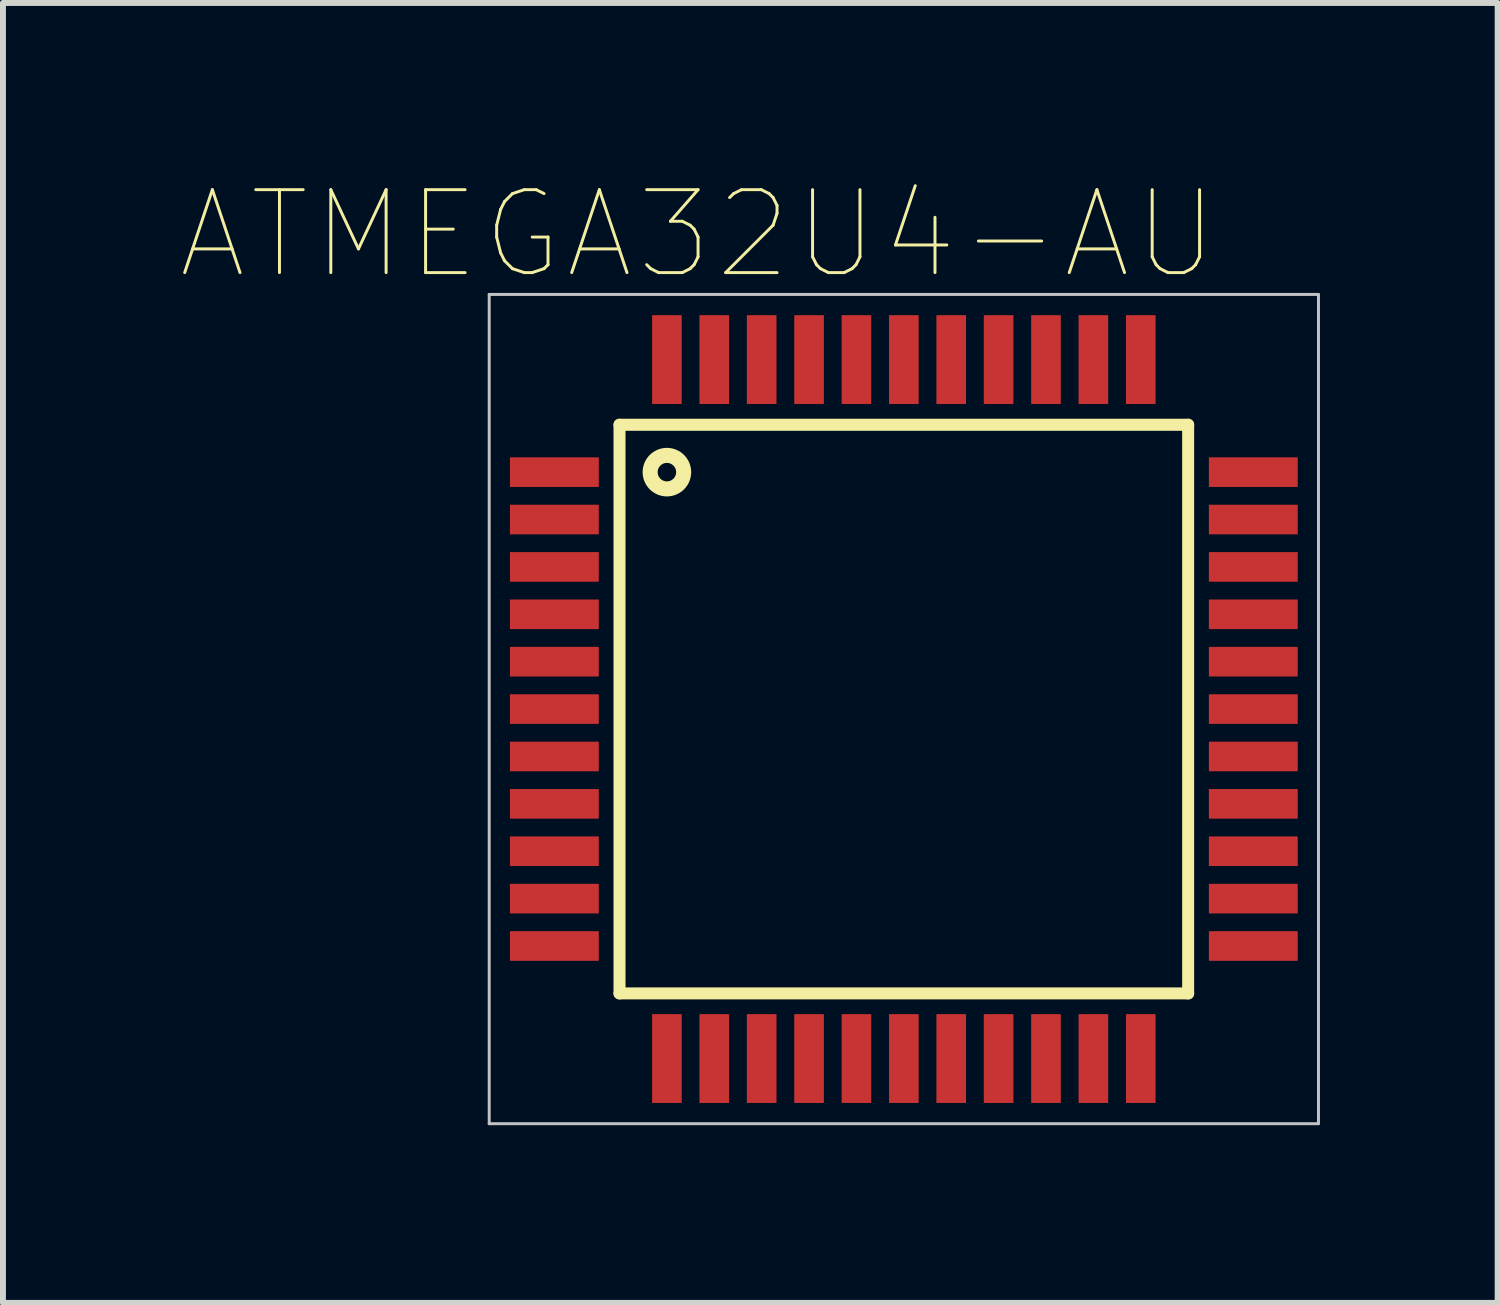
<source format=kicad_pcb>
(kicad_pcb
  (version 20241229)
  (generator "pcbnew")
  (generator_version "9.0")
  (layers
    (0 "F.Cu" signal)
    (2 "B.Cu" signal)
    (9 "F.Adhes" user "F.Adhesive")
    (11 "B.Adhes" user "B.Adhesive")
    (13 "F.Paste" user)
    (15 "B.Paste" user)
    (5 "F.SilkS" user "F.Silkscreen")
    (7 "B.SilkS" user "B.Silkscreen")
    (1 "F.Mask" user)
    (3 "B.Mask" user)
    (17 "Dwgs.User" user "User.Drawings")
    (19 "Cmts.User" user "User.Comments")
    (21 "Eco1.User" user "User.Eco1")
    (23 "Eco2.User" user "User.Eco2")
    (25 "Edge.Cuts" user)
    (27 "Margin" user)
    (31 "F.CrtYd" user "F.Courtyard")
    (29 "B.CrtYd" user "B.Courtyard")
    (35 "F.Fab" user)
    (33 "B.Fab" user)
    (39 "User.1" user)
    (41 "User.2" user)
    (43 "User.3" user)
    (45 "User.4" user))
  (footprint "ATMEGA32U4-AU"
    (layer "F.Cu")
    (at 12.209 8.921)
    (property "Reference" "ATMEGA32U4-AU" (at -3.474 -8.014 0) (layer "F.SilkS") (effects (font (size 1.4 1.4) (thickness 0.05))))
    (attr smd)
    (fp_line (start -4.8 -4.8) (end 4.8 -4.8) (stroke (width 0.203) (type solid)) (layer "F.SilkS"))
    (fp_line (start -4.8 4.8) (end -4.8 -4.8) (stroke (width 0.203) (type solid)) (layer "F.SilkS"))
    (fp_line (start 4.8 -4.8) (end 4.8 4.8) (stroke (width 0.203) (type solid)) (layer "F.SilkS"))
    (fp_line (start 4.8 4.8) (end -4.8 4.8) (stroke (width 0.203) (type solid)) (layer "F.SilkS"))
    (fp_circle (center -4 -4) (end -3.717 -4) (stroke (width 0.254) (type solid)) (fill no) (layer "F.SilkS"))
    (fp_line (start -7 -7) (end 7 -7) (stroke (width 0.05) (type solid)) (layer "Dwgs.User"))
    (fp_line (start -7 7) (end -7 -7) (stroke (width 0.05) (type solid)) (layer "Dwgs.User"))
    (fp_line (start 7 -7) (end 7 7) (stroke (width 0.05) (type solid)) (layer "Dwgs.User"))
    (fp_line (start 7 7) (end -7 7) (stroke (width 0.05) (type solid)) (layer "Dwgs.User"))
    (pad "1" smd rect (at -5.9 -4) (size 1.5 0.5) (layers "F.Cu" "F.Mask" "F.Paste"))
    (pad "2" smd rect (at -5.9 -3.2) (size 1.5 0.5) (layers "F.Cu" "F.Mask" "F.Paste"))
    (pad "3" smd rect (at -5.9 -2.4) (size 1.5 0.5) (layers "F.Cu" "F.Mask" "F.Paste"))
    (pad "4" smd rect (at -5.9 -1.6) (size 1.5 0.5) (layers "F.Cu" "F.Mask" "F.Paste"))
    (pad "5" smd rect (at -5.9 -0.8) (size 1.5 0.5) (layers "F.Cu" "F.Mask" "F.Paste"))
    (pad "6" smd rect (at -5.9 0) (size 1.5 0.5) (layers "F.Cu" "F.Mask" "F.Paste"))
    (pad "7" smd rect (at -5.9 0.8) (size 1.5 0.5) (layers "F.Cu" "F.Mask" "F.Paste"))
    (pad "8" smd rect (at -5.9 1.6) (size 1.5 0.5) (layers "F.Cu" "F.Mask" "F.Paste"))
    (pad "9" smd rect (at -5.9 2.4) (size 1.5 0.5) (layers "F.Cu" "F.Mask" "F.Paste"))
    (pad "10" smd rect (at -5.9 3.2) (size 1.5 0.5) (layers "F.Cu" "F.Mask" "F.Paste"))
    (pad "11" smd rect (at -5.9 4) (size 1.5 0.5) (layers "F.Cu" "F.Mask" "F.Paste"))
    (pad "12" smd rect (at -4 5.9) (size 0.5 1.5) (layers "F.Cu" "F.Mask" "F.Paste"))
    (pad "13" smd rect (at -3.2 5.9) (size 0.5 1.5) (layers "F.Cu" "F.Mask" "F.Paste"))
    (pad "14" smd rect (at -2.4 5.9) (size 0.5 1.5) (layers "F.Cu" "F.Mask" "F.Paste"))
    (pad "15" smd rect (at -1.6 5.9) (size 0.5 1.5) (layers "F.Cu" "F.Mask" "F.Paste"))
    (pad "16" smd rect (at -0.8 5.9) (size 0.5 1.5) (layers "F.Cu" "F.Mask" "F.Paste"))
    (pad "17" smd rect (at 0 5.9) (size 0.5 1.5) (layers "F.Cu" "F.Mask" "F.Paste"))
    (pad "18" smd rect (at 0.8 5.9) (size 0.5 1.5) (layers "F.Cu" "F.Mask" "F.Paste"))
    (pad "19" smd rect (at 1.6 5.9) (size 0.5 1.5) (layers "F.Cu" "F.Mask" "F.Paste"))
    (pad "20" smd rect (at 2.4 5.9) (size 0.5 1.5) (layers "F.Cu" "F.Mask" "F.Paste"))
    (pad "21" smd rect (at 3.2 5.9) (size 0.5 1.5) (layers "F.Cu" "F.Mask" "F.Paste"))
    (pad "22" smd rect (at 4 5.9) (size 0.5 1.5) (layers "F.Cu" "F.Mask" "F.Paste"))
    (pad "23" smd rect (at 5.9 4) (size 1.5 0.5) (layers "F.Cu" "F.Mask" "F.Paste"))
    (pad "24" smd rect (at 5.9 3.2) (size 1.5 0.5) (layers "F.Cu" "F.Mask" "F.Paste"))
    (pad "25" smd rect (at 5.9 2.4) (size 1.5 0.5) (layers "F.Cu" "F.Mask" "F.Paste"))
    (pad "26" smd rect (at 5.9 1.6) (size 1.5 0.5) (layers "F.Cu" "F.Mask" "F.Paste"))
    (pad "27" smd rect (at 5.9 0.8) (size 1.5 0.5) (layers "F.Cu" "F.Mask" "F.Paste"))
    (pad "28" smd rect (at 5.9 0) (size 1.5 0.5) (layers "F.Cu" "F.Mask" "F.Paste"))
    (pad "29" smd rect (at 5.9 -0.8) (size 1.5 0.5) (layers "F.Cu" "F.Mask" "F.Paste"))
    (pad "30" smd rect (at 5.9 -1.6) (size 1.5 0.5) (layers "F.Cu" "F.Mask" "F.Paste"))
    (pad "31" smd rect (at 5.9 -2.4) (size 1.5 0.5) (layers "F.Cu" "F.Mask" "F.Paste"))
    (pad "32" smd rect (at 5.9 -3.2) (size 1.5 0.5) (layers "F.Cu" "F.Mask" "F.Paste"))
    (pad "33" smd rect (at 5.9 -4) (size 1.5 0.5) (layers "F.Cu" "F.Mask" "F.Paste"))
    (pad "34" smd rect (at 4 -5.9) (size 0.5 1.5) (layers "F.Cu" "F.Mask" "F.Paste"))
    (pad "35" smd rect (at 3.2 -5.9) (size 0.5 1.5) (layers "F.Cu" "F.Mask" "F.Paste"))
    (pad "36" smd rect (at 2.4 -5.9) (size 0.5 1.5) (layers "F.Cu" "F.Mask" "F.Paste"))
    (pad "37" smd rect (at 1.6 -5.9) (size 0.5 1.5) (layers "F.Cu" "F.Mask" "F.Paste"))
    (pad "38" smd rect (at 0.8 -5.9) (size 0.5 1.5) (layers "F.Cu" "F.Mask" "F.Paste"))
    (pad "39" smd rect (at 0 -5.9) (size 0.5 1.5) (layers "F.Cu" "F.Mask" "F.Paste"))
    (pad "40" smd rect (at -0.8 -5.9) (size 0.5 1.5) (layers "F.Cu" "F.Mask" "F.Paste"))
    (pad "41" smd rect (at -1.6 -5.9) (size 0.5 1.5) (layers "F.Cu" "F.Mask" "F.Paste"))
    (pad "42" smd rect (at -2.4 -5.9) (size 0.5 1.5) (layers "F.Cu" "F.Mask" "F.Paste"))
    (pad "43" smd rect (at -3.2 -5.9) (size 0.5 1.5) (layers "F.Cu" "F.Mask" "F.Paste"))
    (pad "44" smd rect (at -4 -5.9) (size 0.5 1.5) (layers "F.Cu" "F.Mask" "F.Paste")))
  (gr_rect
    (start -3 -3)
    (end 22.234 18.946)
    (stroke (width 0.1) (type default))
    (fill no)
    (layer "Edge.Cuts")))
</source>
